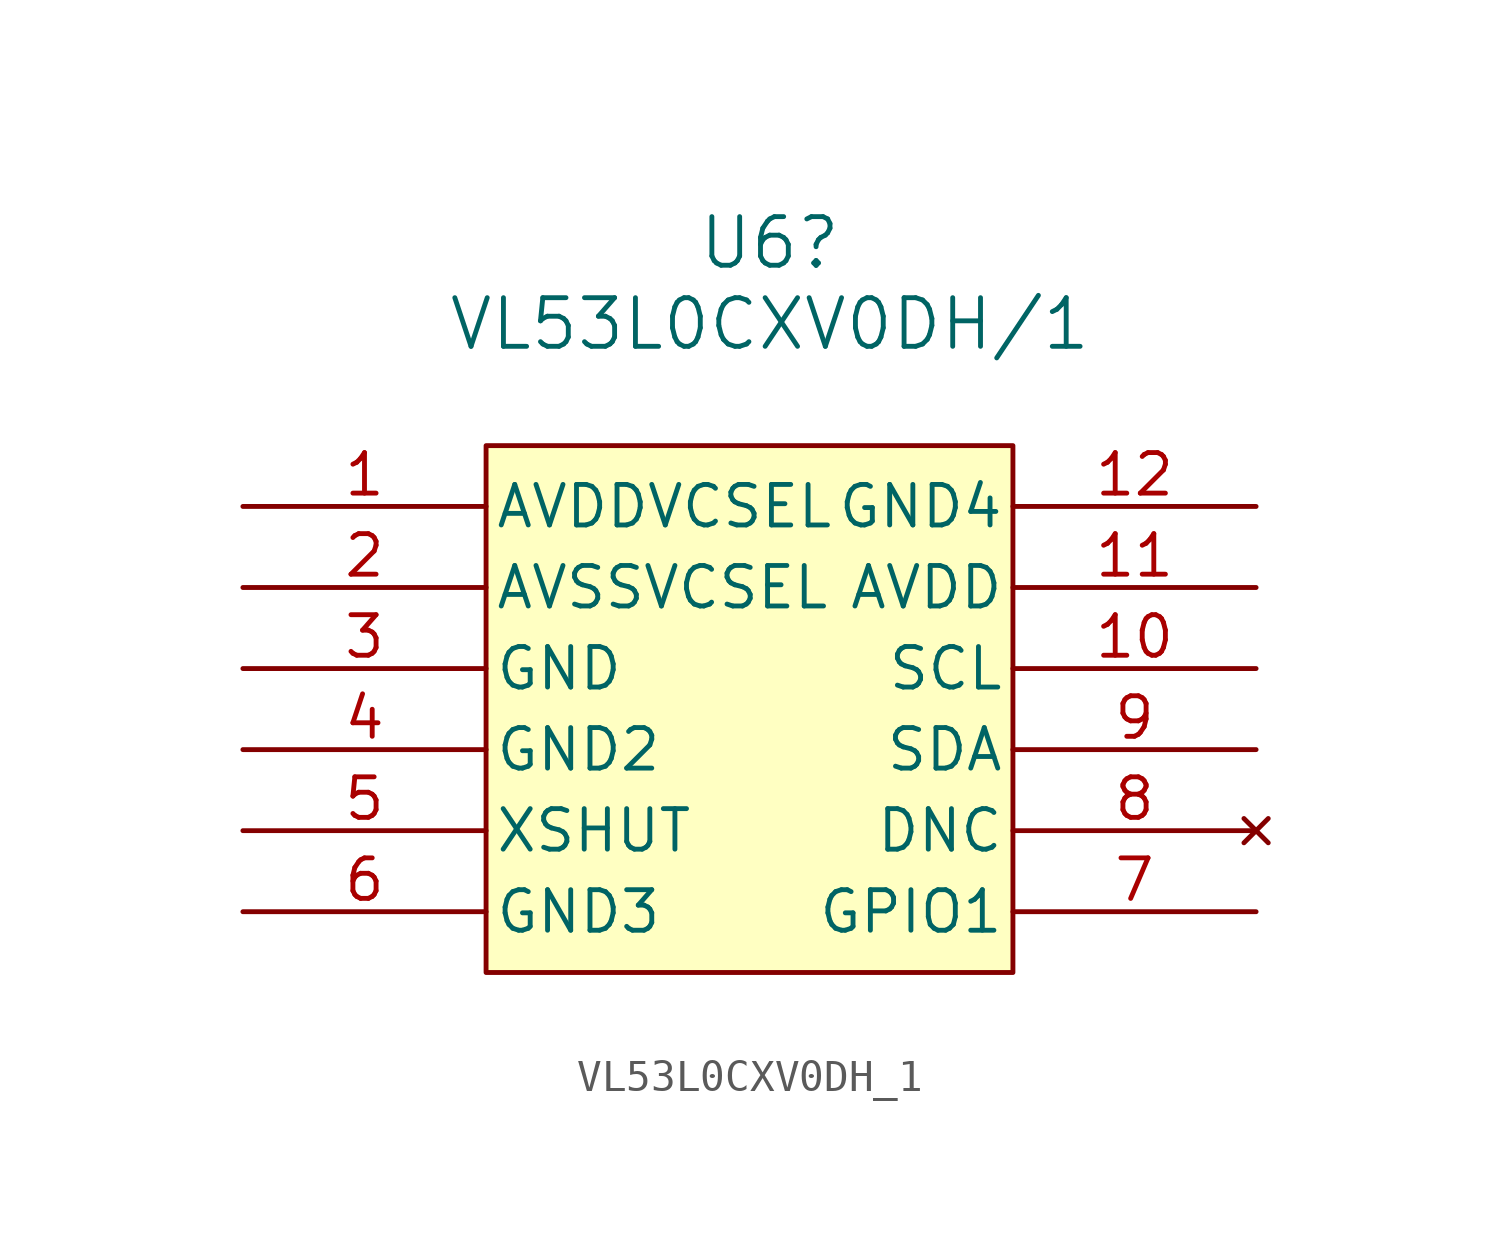
<source format=kicad_sym>
(kicad_symbol_lib
  (version 20220914)
  (generator kicad_symbol_editor)
  (symbol "VL53L0CXV0DH_1"
    (pin_names
      (offset 0.254))
    (property "Reference" "U6"
      (at 16.51 8.255 0)
      (effects (font (size 1.524 1.524))))
    (property "Value" "VL53L0CXV0DH/1"
      (at 16.51 5.715 0)
      (effects (font (size 1.524 1.524))))
    (property "ki_locked" ""
      (at 0 0 0)
      (effects (font (size 1.27 1.27))))
    (symbol "VL53L0CXV0DH_1_0_1"
      (pin power_in line (at 0 0 0) (length 7.62) (name "AVDDVCSEL" (effects (font (size 1.27 1.27)))) (number "1" (effects (font (size 1.27 1.27)))))
      (pin input line (at 31.75 -5.08 180) (length 7.62) (name "SCL" (effects (font (size 1.27 1.27)))) (number "10" (effects (font (size 1.27 1.27)))))
      (pin power_in line (at 31.75 -2.54 180) (length 7.62) (name "AVDD" (effects (font (size 1.27 1.27)))) (number "11" (effects (font (size 1.27 1.27)))))
      (pin power_in line (at 31.75 0 180) (length 7.62) (name "GND4" (effects (font (size 1.27 1.27)))) (number "12" (effects (font (size 1.27 1.27)))))
      (pin power_in line (at 0 -2.54 0) (length 7.62) (name "AVSSVCSEL" (effects (font (size 1.27 1.27)))) (number "2" (effects (font (size 1.27 1.27)))))
      (pin power_in line (at 0 -5.08 0) (length 7.62) (name "GND" (effects (font (size 1.27 1.27)))) (number "3" (effects (font (size 1.27 1.27)))))
      (pin power_in line (at 0 -7.62 0) (length 7.62) (name "GND2" (effects (font (size 1.27 1.27)))) (number "4" (effects (font (size 1.27 1.27)))))
      (pin input line (at 0 -10.16 0) (length 7.62) (name "XSHUT" (effects (font (size 1.27 1.27)))) (number "5" (effects (font (size 1.27 1.27)))))
      (pin power_in line (at 0 -12.7 0) (length 7.62) (name "GND3" (effects (font (size 1.27 1.27)))) (number "6" (effects (font (size 1.27 1.27)))))
      (pin bidirectional line (at 31.75 -12.7 180) (length 7.62) (name "GPIO1" (effects (font (size 1.27 1.27)))) (number "7" (effects (font (size 1.27 1.27)))))
      (pin no_connect line (at 31.75 -10.16 180) (length 7.62) (name "DNC" (effects (font (size 1.27 1.27)))) (number "8" (effects (font (size 1.27 1.27)))))
      (pin bidirectional line (at 31.75 -7.62 180) (length 7.62) (name "SDA" (effects (font (size 1.27 1.27)))) (number "9" (effects (font (size 1.27 1.27))))))
    (symbol "VL53L0CXV0DH_1_1_1"
      (rectangle (start 7.62 1.905) (end 24.13 -14.605) (stroke (width 0) (type default)) (fill (type background))))))
</source>
